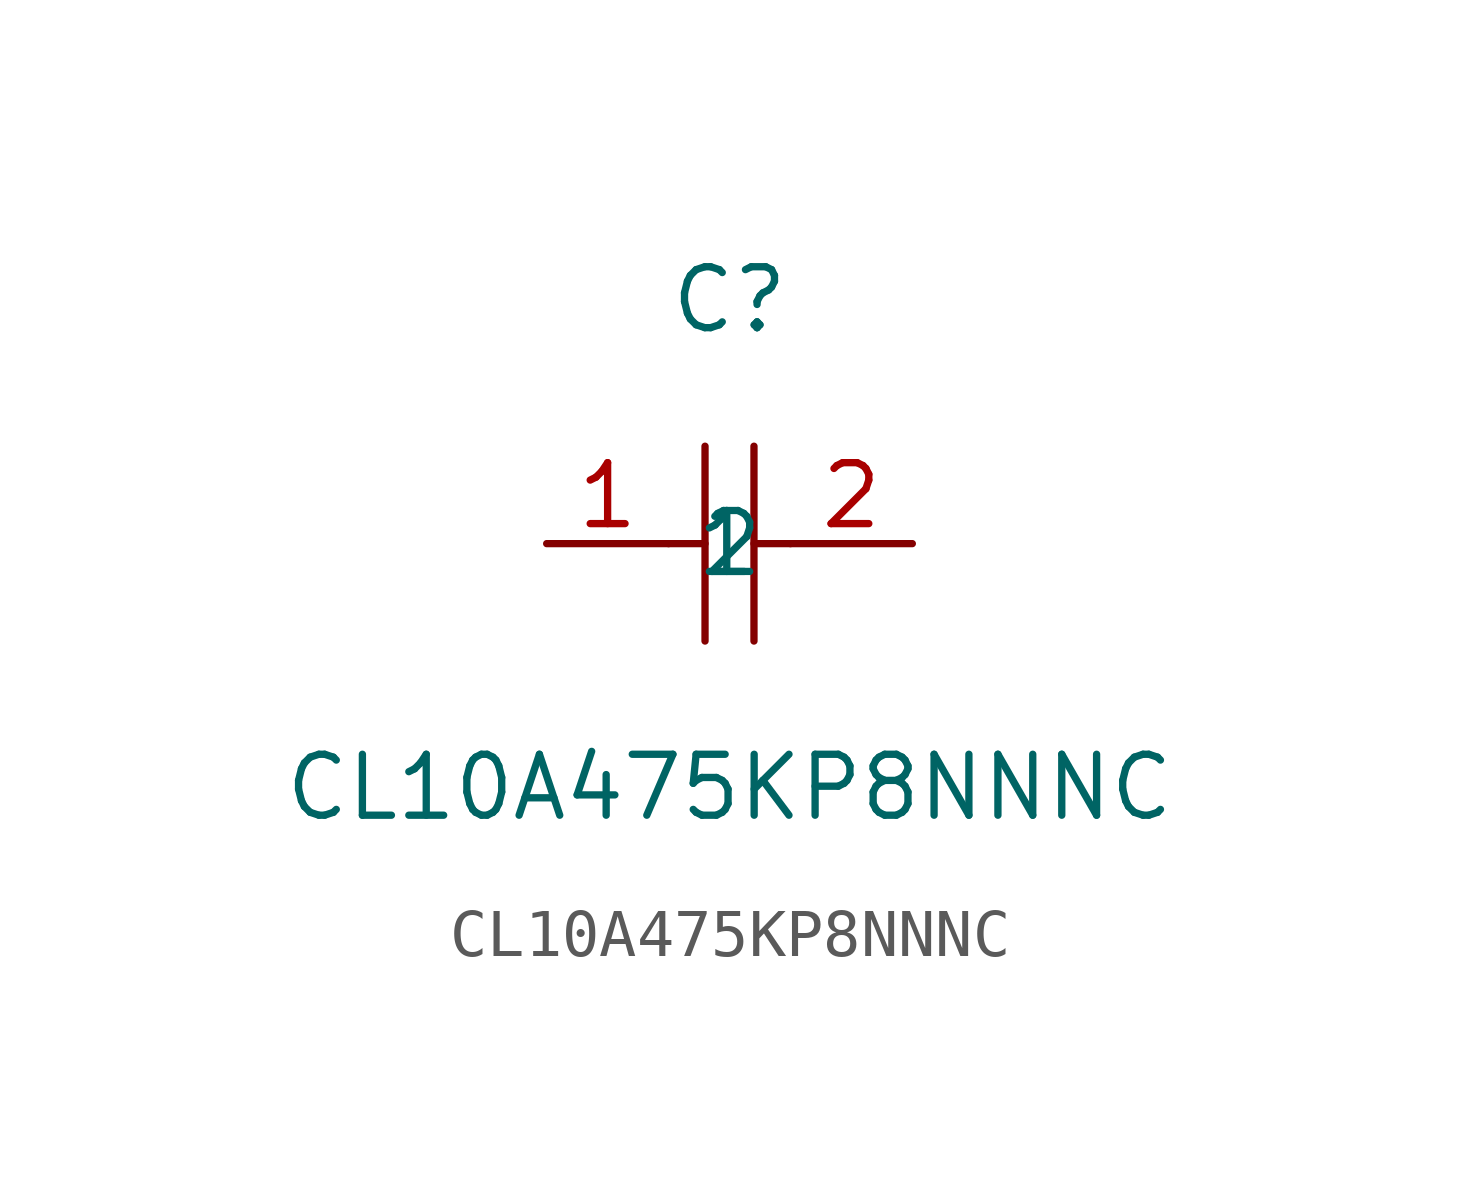
<source format=kicad_sym>
(kicad_symbol_lib
  (version 20211014)
  (generator https://github.com/uPesy/easyeda2kicad.py)
  (symbol "CL10A475KP8NNNC"
    (property "Reference" "C"
      (at 0 5.08 0)
      (effects (font (size 1.27 1.27))))
    (property "Value" "CL10A475KP8NNNC"
      (at 0 -5.08 0)
      (effects (font (size 1.27 1.27))))
    (symbol "CL10A475KP8NNNC_0_1"
      (polyline (pts (xy -0.51 2.03) (xy -0.51 -2.03)) (stroke (width 0) (type default) (color 0 0 0 0)) (fill (type none)))
      (polyline (pts (xy 0.51 2.03) (xy 0.51 -2.03)) (stroke (width 0) (type default) (color 0 0 0 0)) (fill (type none)))
      (polyline (pts (xy -1.27 -0.00) (xy -0.51 -0.00)) (stroke (width 0) (type default) (color 0 0 0 0)) (fill (type none)))
      (polyline (pts (xy 0.51 -0.00) (xy 1.27 -0.00)) (stroke (width 0) (type default) (color 0 0 0 0)) (fill (type none)))
      (pin input line (at -3.81 -0.00 0) (length 2.54) (name "1" (effects (font (size 1.27 1.27)))) (number "1" (effects (font (size 1.27 1.27)))))
      (pin input line (at 3.81 -0.00 180) (length 2.54) (name "2" (effects (font (size 1.27 1.27)))) (number "2" (effects (font (size 1.27 1.27))))))))
</source>
